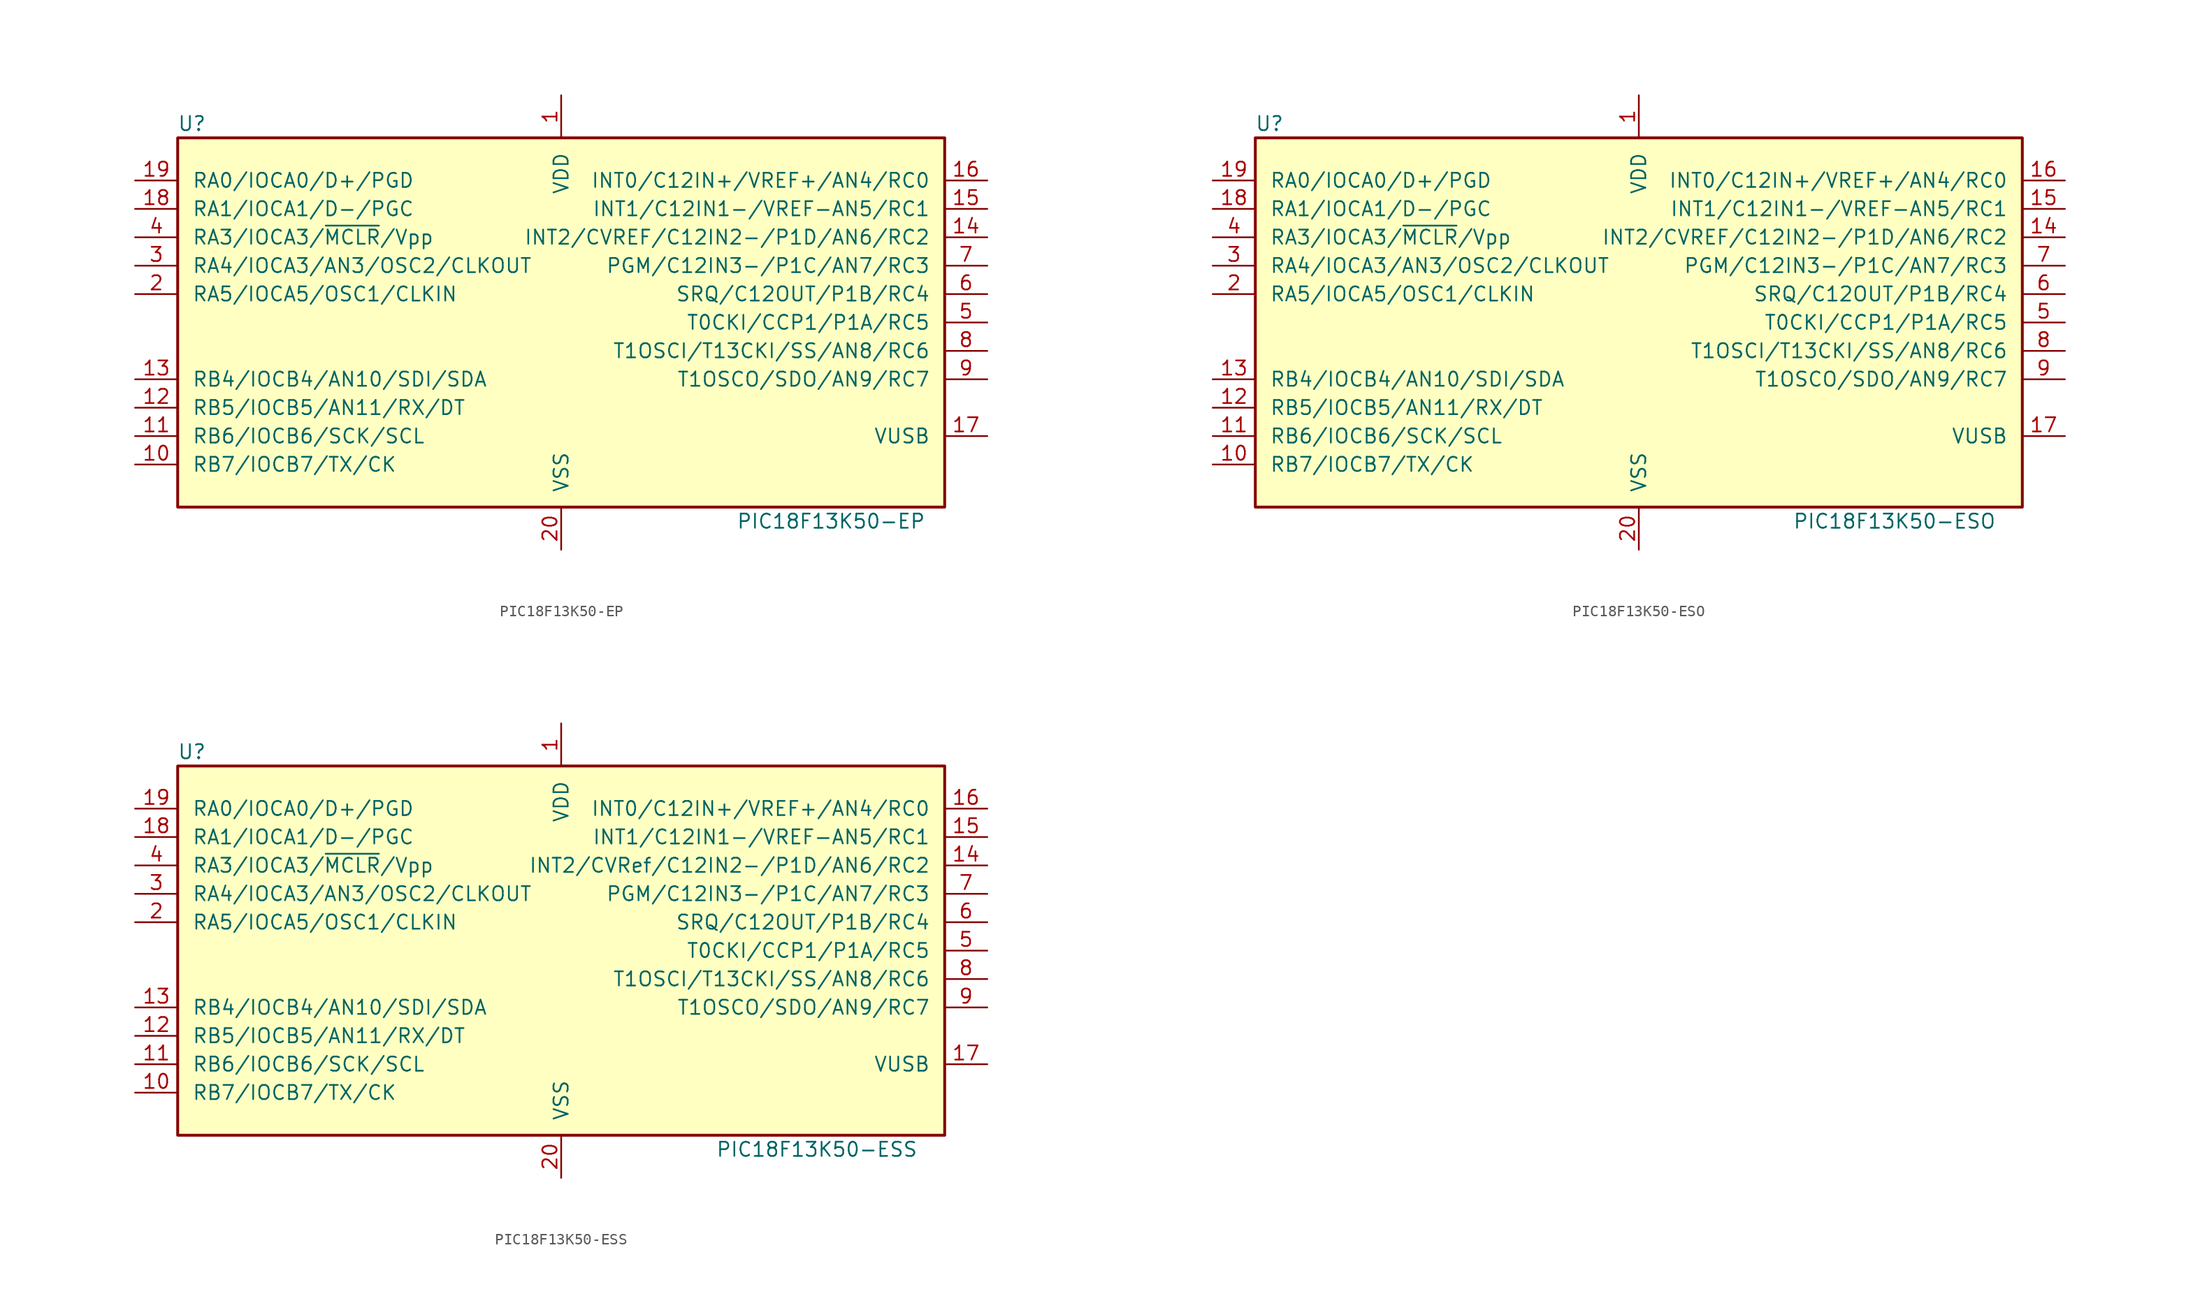
<source format=kicad_sym>
(kicad_symbol_lib
  (version 20201005)
  (generator kicad_symbol_editor)
  (symbol "PIC18F13K50-EP"
    (pin_names
      (offset 1.27))
    (property "Reference" "U"
      (at -33.02 17.78 0)
      (effects (font (size 1.27 1.27))))
    (property "Value" "PIC18F13K50-EP"
      (at 24.13 -17.78 0)
      (effects (font (size 1.27 1.27))))
    (symbol "PIC18F13K50-EP_0_1"
      (rectangle (start -34.29 16.51) (end 34.29 -16.51) (stroke (width 0.254)) (fill (type background))))
    (symbol "PIC18F13K50-EP_1_1"
      (pin power_in line (at 0 20.32 270) (length 3.81) (name "VDD" (effects (font (size 1.27 1.27)))) (number "1" (effects (font (size 1.27 1.27)))))
      (pin bidirectional line (at -38.1 -12.7 0) (length 3.81) (name "RB7/IOCB7/TX/CK" (effects (font (size 1.27 1.27)))) (number "10" (effects (font (size 1.27 1.27)))))
      (pin bidirectional line (at -38.1 -10.16 0) (length 3.81) (name "RB6/IOCB6/SCK/SCL" (effects (font (size 1.27 1.27)))) (number "11" (effects (font (size 1.27 1.27)))))
      (pin bidirectional line (at -38.1 -7.62 0) (length 3.81) (name "RB5/IOCB5/AN11/RX/DT" (effects (font (size 1.27 1.27)))) (number "12" (effects (font (size 1.27 1.27)))))
      (pin bidirectional line (at -38.1 -5.08 0) (length 3.81) (name "RB4/IOCB4/AN10/SDI/SDA" (effects (font (size 1.27 1.27)))) (number "13" (effects (font (size 1.27 1.27)))))
      (pin bidirectional line (at 38.1 7.62 180) (length 3.81) (name "INT2/CVREF/C12IN2-/P1D/AN6/RC2" (effects (font (size 1.27 1.27)))) (number "14" (effects (font (size 1.27 1.27)))))
      (pin bidirectional line (at 38.1 10.16 180) (length 3.81) (name "INT1/C12IN1-/VREF-AN5/RC1" (effects (font (size 1.27 1.27)))) (number "15" (effects (font (size 1.27 1.27)))))
      (pin bidirectional line (at 38.1 12.7 180) (length 3.81) (name "INT0/C12IN+/VREF+/AN4/RC0" (effects (font (size 1.27 1.27)))) (number "16" (effects (font (size 1.27 1.27)))))
      (pin passive line (at 38.1 -10.16 180) (length 3.81) (name "VUSB" (effects (font (size 1.27 1.27)))) (number "17" (effects (font (size 1.27 1.27)))))
      (pin bidirectional line (at -38.1 10.16 0) (length 3.81) (name "RA1/IOCA1/D-/PGC" (effects (font (size 1.27 1.27)))) (number "18" (effects (font (size 1.27 1.27)))))
      (pin bidirectional line (at -38.1 12.7 0) (length 3.81) (name "RA0/IOCA0/D+/PGD" (effects (font (size 1.27 1.27)))) (number "19" (effects (font (size 1.27 1.27)))))
      (pin bidirectional line (at -38.1 2.54 0) (length 3.81) (name "RA5/IOCA5/OSC1/CLKIN" (effects (font (size 1.27 1.27)))) (number "2" (effects (font (size 1.27 1.27)))))
      (pin power_in line (at 0 -20.32 90) (length 3.81) (name "VSS" (effects (font (size 1.27 1.27)))) (number "20" (effects (font (size 1.27 1.27)))))
      (pin bidirectional line (at -38.1 5.08 0) (length 3.81) (name "RA4/IOCA3/AN3/OSC2/CLKOUT" (effects (font (size 1.27 1.27)))) (number "3" (effects (font (size 1.27 1.27)))))
      (pin input line (at -38.1 7.62 0) (length 3.81) (name "RA3/IOCA3/~MCLR~/Vpp" (effects (font (size 1.27 1.27)))) (number "4" (effects (font (size 1.27 1.27)))))
      (pin bidirectional line (at 38.1 0 180) (length 3.81) (name "T0CKI/CCP1/P1A/RC5" (effects (font (size 1.27 1.27)))) (number "5" (effects (font (size 1.27 1.27)))))
      (pin bidirectional line (at 38.1 2.54 180) (length 3.81) (name "SRQ/C12OUT/P1B/RC4" (effects (font (size 1.27 1.27)))) (number "6" (effects (font (size 1.27 1.27)))))
      (pin bidirectional line (at 38.1 5.08 180) (length 3.81) (name "PGM/C12IN3-/P1C/AN7/RC3" (effects (font (size 1.27 1.27)))) (number "7" (effects (font (size 1.27 1.27)))))
      (pin bidirectional line (at 38.1 -2.54 180) (length 3.81) (name "T1OSCI/T13CKI/SS/AN8/RC6" (effects (font (size 1.27 1.27)))) (number "8" (effects (font (size 1.27 1.27)))))
      (pin bidirectional line (at 38.1 -5.08 180) (length 3.81) (name "T1OSCO/SDO/AN9/RC7" (effects (font (size 1.27 1.27)))) (number "9" (effects (font (size 1.27 1.27)))))))
  (symbol "PIC18F13K50-ESO"
    (pin_names
      (offset 1.27))
    (property "Reference" "U"
      (at -33.02 17.78 0)
      (effects (font (size 1.27 1.27))))
    (property "Value" "PIC18F13K50-ESO"
      (at 22.86 -17.78 0)
      (effects (font (size 1.27 1.27))))
    (symbol "PIC18F13K50-ESO_0_1"
      (rectangle (start -34.29 16.51) (end 34.29 -16.51) (stroke (width 0.254)) (fill (type background))))
    (symbol "PIC18F13K50-ESO_1_1"
      (pin power_in line (at 0 20.32 270) (length 3.81) (name "VDD" (effects (font (size 1.27 1.27)))) (number "1" (effects (font (size 1.27 1.27)))))
      (pin bidirectional line (at -38.1 -12.7 0) (length 3.81) (name "RB7/IOCB7/TX/CK" (effects (font (size 1.27 1.27)))) (number "10" (effects (font (size 1.27 1.27)))))
      (pin bidirectional line (at -38.1 -10.16 0) (length 3.81) (name "RB6/IOCB6/SCK/SCL" (effects (font (size 1.27 1.27)))) (number "11" (effects (font (size 1.27 1.27)))))
      (pin bidirectional line (at -38.1 -7.62 0) (length 3.81) (name "RB5/IOCB5/AN11/RX/DT" (effects (font (size 1.27 1.27)))) (number "12" (effects (font (size 1.27 1.27)))))
      (pin bidirectional line (at -38.1 -5.08 0) (length 3.81) (name "RB4/IOCB4/AN10/SDI/SDA" (effects (font (size 1.27 1.27)))) (number "13" (effects (font (size 1.27 1.27)))))
      (pin bidirectional line (at 38.1 7.62 180) (length 3.81) (name "INT2/CVREF/C12IN2-/P1D/AN6/RC2" (effects (font (size 1.27 1.27)))) (number "14" (effects (font (size 1.27 1.27)))))
      (pin bidirectional line (at 38.1 10.16 180) (length 3.81) (name "INT1/C12IN1-/VREF-AN5/RC1" (effects (font (size 1.27 1.27)))) (number "15" (effects (font (size 1.27 1.27)))))
      (pin bidirectional line (at 38.1 12.7 180) (length 3.81) (name "INT0/C12IN+/VREF+/AN4/RC0" (effects (font (size 1.27 1.27)))) (number "16" (effects (font (size 1.27 1.27)))))
      (pin passive line (at 38.1 -10.16 180) (length 3.81) (name "VUSB" (effects (font (size 1.27 1.27)))) (number "17" (effects (font (size 1.27 1.27)))))
      (pin bidirectional line (at -38.1 10.16 0) (length 3.81) (name "RA1/IOCA1/D-/PGC" (effects (font (size 1.27 1.27)))) (number "18" (effects (font (size 1.27 1.27)))))
      (pin bidirectional line (at -38.1 12.7 0) (length 3.81) (name "RA0/IOCA0/D+/PGD" (effects (font (size 1.27 1.27)))) (number "19" (effects (font (size 1.27 1.27)))))
      (pin bidirectional line (at -38.1 2.54 0) (length 3.81) (name "RA5/IOCA5/OSC1/CLKIN" (effects (font (size 1.27 1.27)))) (number "2" (effects (font (size 1.27 1.27)))))
      (pin power_in line (at 0 -20.32 90) (length 3.81) (name "VSS" (effects (font (size 1.27 1.27)))) (number "20" (effects (font (size 1.27 1.27)))))
      (pin bidirectional line (at -38.1 5.08 0) (length 3.81) (name "RA4/IOCA3/AN3/OSC2/CLKOUT" (effects (font (size 1.27 1.27)))) (number "3" (effects (font (size 1.27 1.27)))))
      (pin input line (at -38.1 7.62 0) (length 3.81) (name "RA3/IOCA3/~MCLR~/Vpp" (effects (font (size 1.27 1.27)))) (number "4" (effects (font (size 1.27 1.27)))))
      (pin bidirectional line (at 38.1 0 180) (length 3.81) (name "T0CKI/CCP1/P1A/RC5" (effects (font (size 1.27 1.27)))) (number "5" (effects (font (size 1.27 1.27)))))
      (pin bidirectional line (at 38.1 2.54 180) (length 3.81) (name "SRQ/C12OUT/P1B/RC4" (effects (font (size 1.27 1.27)))) (number "6" (effects (font (size 1.27 1.27)))))
      (pin bidirectional line (at 38.1 5.08 180) (length 3.81) (name "PGM/C12IN3-/P1C/AN7/RC3" (effects (font (size 1.27 1.27)))) (number "7" (effects (font (size 1.27 1.27)))))
      (pin bidirectional line (at 38.1 -2.54 180) (length 3.81) (name "T1OSCI/T13CKI/SS/AN8/RC6" (effects (font (size 1.27 1.27)))) (number "8" (effects (font (size 1.27 1.27)))))
      (pin bidirectional line (at 38.1 -5.08 180) (length 3.81) (name "T1OSCO/SDO/AN9/RC7" (effects (font (size 1.27 1.27)))) (number "9" (effects (font (size 1.27 1.27)))))))
  (symbol "PIC18F13K50-ESS"
    (pin_names
      (offset 1.27))
    (property "Reference" "U"
      (at -33.02 17.78 0)
      (effects (font (size 1.27 1.27))))
    (property "Value" "PIC18F13K50-ESS"
      (at 22.86 -17.78 0)
      (effects (font (size 1.27 1.27))))
    (symbol "PIC18F13K50-ESS_0_1"
      (rectangle (start -34.29 16.51) (end 34.29 -16.51) (stroke (width 0.254)) (fill (type background))))
    (symbol "PIC18F13K50-ESS_1_1"
      (pin power_in line (at 0 20.32 270) (length 3.81) (name "VDD" (effects (font (size 1.27 1.27)))) (number "1" (effects (font (size 1.27 1.27)))))
      (pin bidirectional line (at -38.1 -12.7 0) (length 3.81) (name "RB7/IOCB7/TX/CK" (effects (font (size 1.27 1.27)))) (number "10" (effects (font (size 1.27 1.27)))))
      (pin bidirectional line (at -38.1 -10.16 0) (length 3.81) (name "RB6/IOCB6/SCK/SCL" (effects (font (size 1.27 1.27)))) (number "11" (effects (font (size 1.27 1.27)))))
      (pin bidirectional line (at -38.1 -7.62 0) (length 3.81) (name "RB5/IOCB5/AN11/RX/DT" (effects (font (size 1.27 1.27)))) (number "12" (effects (font (size 1.27 1.27)))))
      (pin bidirectional line (at -38.1 -5.08 0) (length 3.81) (name "RB4/IOCB4/AN10/SDI/SDA" (effects (font (size 1.27 1.27)))) (number "13" (effects (font (size 1.27 1.27)))))
      (pin bidirectional line (at 38.1 7.62 180) (length 3.81) (name "INT2/CVRef/C12IN2-/P1D/AN6/RC2" (effects (font (size 1.27 1.27)))) (number "14" (effects (font (size 1.27 1.27)))))
      (pin bidirectional line (at 38.1 10.16 180) (length 3.81) (name "INT1/C12IN1-/VREF-AN5/RC1" (effects (font (size 1.27 1.27)))) (number "15" (effects (font (size 1.27 1.27)))))
      (pin bidirectional line (at 38.1 12.7 180) (length 3.81) (name "INT0/C12IN+/VREF+/AN4/RC0" (effects (font (size 1.27 1.27)))) (number "16" (effects (font (size 1.27 1.27)))))
      (pin passive line (at 38.1 -10.16 180) (length 3.81) (name "VUSB" (effects (font (size 1.27 1.27)))) (number "17" (effects (font (size 1.27 1.27)))))
      (pin bidirectional line (at -38.1 10.16 0) (length 3.81) (name "RA1/IOCA1/D-/PGC" (effects (font (size 1.27 1.27)))) (number "18" (effects (font (size 1.27 1.27)))))
      (pin bidirectional line (at -38.1 12.7 0) (length 3.81) (name "RA0/IOCA0/D+/PGD" (effects (font (size 1.27 1.27)))) (number "19" (effects (font (size 1.27 1.27)))))
      (pin bidirectional line (at -38.1 2.54 0) (length 3.81) (name "RA5/IOCA5/OSC1/CLKIN" (effects (font (size 1.27 1.27)))) (number "2" (effects (font (size 1.27 1.27)))))
      (pin power_in line (at 0 -20.32 90) (length 3.81) (name "VSS" (effects (font (size 1.27 1.27)))) (number "20" (effects (font (size 1.27 1.27)))))
      (pin bidirectional line (at -38.1 5.08 0) (length 3.81) (name "RA4/IOCA3/AN3/OSC2/CLKOUT" (effects (font (size 1.27 1.27)))) (number "3" (effects (font (size 1.27 1.27)))))
      (pin input line (at -38.1 7.62 0) (length 3.81) (name "RA3/IOCA3/~MCLR~/Vpp" (effects (font (size 1.27 1.27)))) (number "4" (effects (font (size 1.27 1.27)))))
      (pin bidirectional line (at 38.1 0 180) (length 3.81) (name "T0CKI/CCP1/P1A/RC5" (effects (font (size 1.27 1.27)))) (number "5" (effects (font (size 1.27 1.27)))))
      (pin bidirectional line (at 38.1 2.54 180) (length 3.81) (name "SRQ/C12OUT/P1B/RC4" (effects (font (size 1.27 1.27)))) (number "6" (effects (font (size 1.27 1.27)))))
      (pin bidirectional line (at 38.1 5.08 180) (length 3.81) (name "PGM/C12IN3-/P1C/AN7/RC3" (effects (font (size 1.27 1.27)))) (number "7" (effects (font (size 1.27 1.27)))))
      (pin bidirectional line (at 38.1 -2.54 180) (length 3.81) (name "T1OSCI/T13CKI/SS/AN8/RC6" (effects (font (size 1.27 1.27)))) (number "8" (effects (font (size 1.27 1.27)))))
      (pin bidirectional line (at 38.1 -5.08 180) (length 3.81) (name "T1OSCO/SDO/AN9/RC7" (effects (font (size 1.27 1.27)))) (number "9" (effects (font (size 1.27 1.27))))))))
</source>
